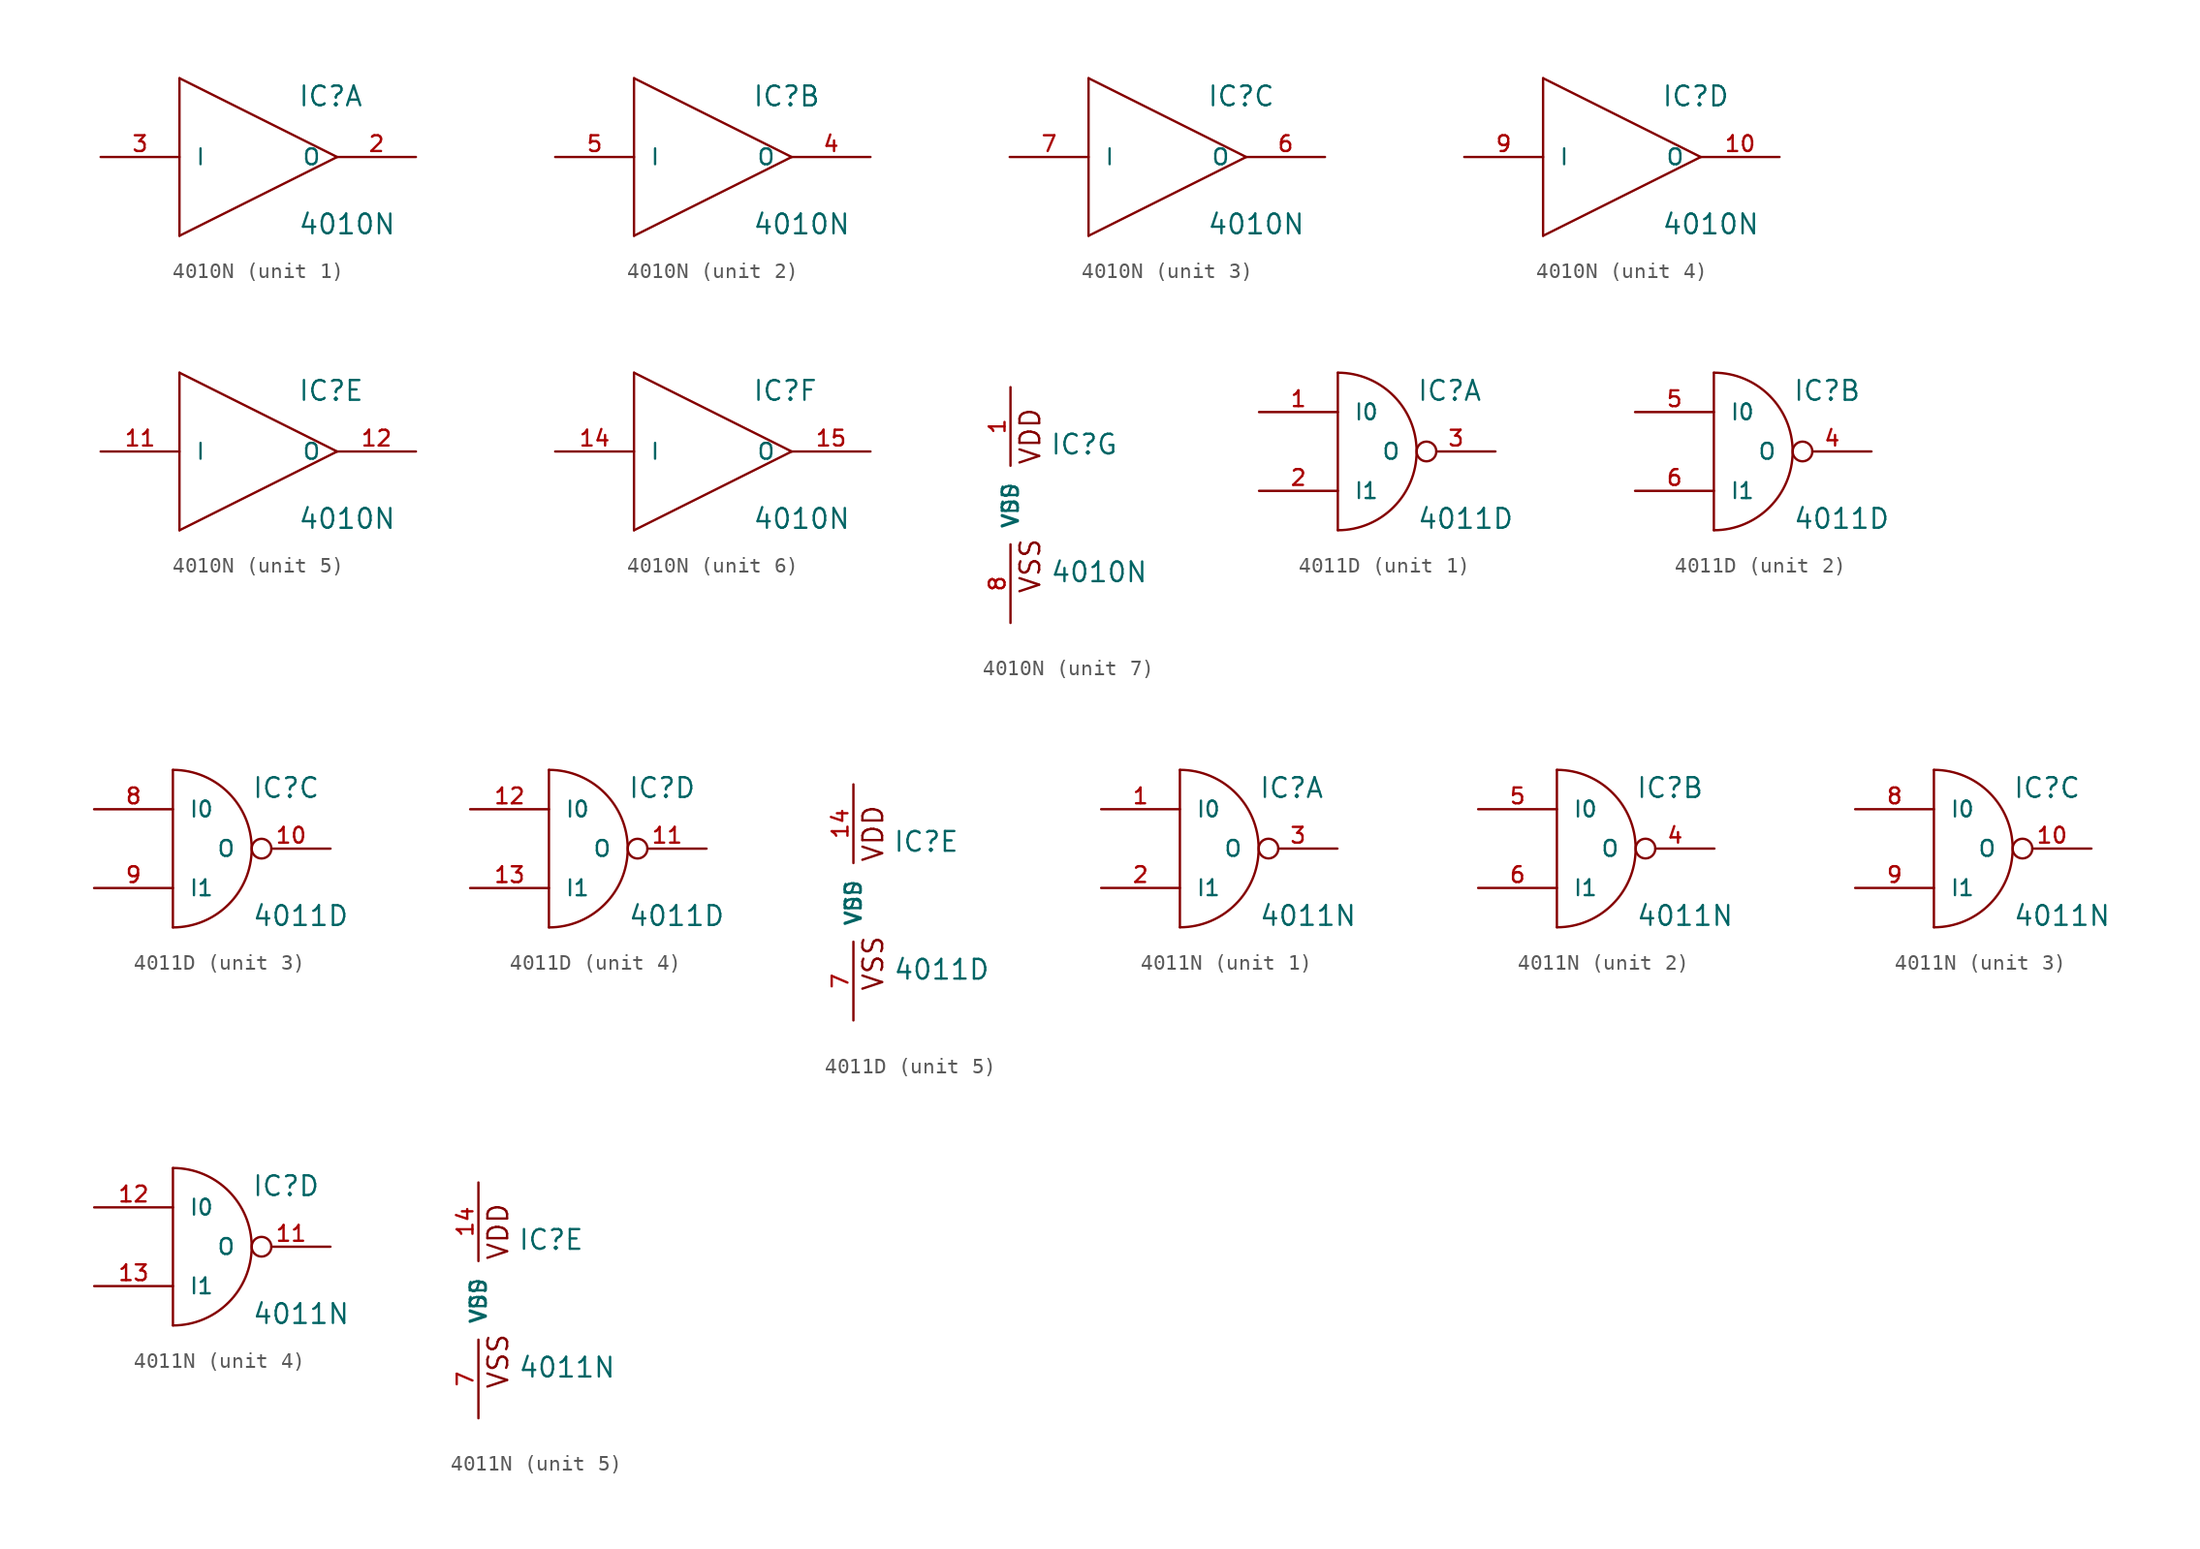
<source format=kicad_sym>
(kicad_symbol_lib
  (version 20211014)
  (generator kicad_symbol_editor)
  (symbol "4010N"
    (pin_names
      (offset 1.016))
    (property "Reference" "IC"
      (at 2.54 3.175 0)
      (effects (font (size 1.27 1.27)) (justify left bottom)))
    (property "Value" "4010N"
      (at 2.54 -5.08 0)
      (effects (font (size 1.27 1.27)) (justify left bottom)))
    (property "ki_locked" ""
      (at 0 0 0)
      (effects (font (size 1.27 1.27))))
    (symbol "4010N_1_0"
      (polyline (pts (xy -5.08 -5.08) (xy 5.08 0)) (stroke (width 0) (type default) (color 0 0 0 0)) (fill (type none)))
      (polyline (pts (xy -5.08 5.08) (xy -5.08 -5.08)) (stroke (width 0) (type default) (color 0 0 0 0)) (fill (type none)))
      (polyline (pts (xy 5.08 0) (xy -5.08 5.08)) (stroke (width 0) (type default) (color 0 0 0 0)) (fill (type none))))
    (symbol "4010N_1_1"
      (pin output line (at 10.16 0 180) (length 5.08) (name "O" (effects (font (size 1.016 1.016)))) (number "2" (effects (font (size 1.016 1.016)))))
      (pin input line (at -10.16 0 0) (length 5.08) (name "I" (effects (font (size 1.016 1.016)))) (number "3" (effects (font (size 1.016 1.016))))))
    (symbol "4010N_2_0"
      (polyline (pts (xy -5.08 -5.08) (xy 5.08 0)) (stroke (width 0) (type default) (color 0 0 0 0)) (fill (type none)))
      (polyline (pts (xy -5.08 5.08) (xy -5.08 -5.08)) (stroke (width 0) (type default) (color 0 0 0 0)) (fill (type none)))
      (polyline (pts (xy 5.08 0) (xy -5.08 5.08)) (stroke (width 0) (type default) (color 0 0 0 0)) (fill (type none))))
    (symbol "4010N_2_1"
      (pin output line (at 10.16 0 180) (length 5.08) (name "O" (effects (font (size 1.016 1.016)))) (number "4" (effects (font (size 1.016 1.016)))))
      (pin input line (at -10.16 0 0) (length 5.08) (name "I" (effects (font (size 1.016 1.016)))) (number "5" (effects (font (size 1.016 1.016))))))
    (symbol "4010N_3_0"
      (polyline (pts (xy -5.08 -5.08) (xy 5.08 0)) (stroke (width 0) (type default) (color 0 0 0 0)) (fill (type none)))
      (polyline (pts (xy -5.08 5.08) (xy -5.08 -5.08)) (stroke (width 0) (type default) (color 0 0 0 0)) (fill (type none)))
      (polyline (pts (xy 5.08 0) (xy -5.08 5.08)) (stroke (width 0) (type default) (color 0 0 0 0)) (fill (type none))))
    (symbol "4010N_3_1"
      (pin output line (at 10.16 0 180) (length 5.08) (name "O" (effects (font (size 1.016 1.016)))) (number "6" (effects (font (size 1.016 1.016)))))
      (pin input line (at -10.16 0 0) (length 5.08) (name "I" (effects (font (size 1.016 1.016)))) (number "7" (effects (font (size 1.016 1.016))))))
    (symbol "4010N_4_0"
      (polyline (pts (xy -5.08 -5.08) (xy 5.08 0)) (stroke (width 0) (type default) (color 0 0 0 0)) (fill (type none)))
      (polyline (pts (xy -5.08 5.08) (xy -5.08 -5.08)) (stroke (width 0) (type default) (color 0 0 0 0)) (fill (type none)))
      (polyline (pts (xy 5.08 0) (xy -5.08 5.08)) (stroke (width 0) (type default) (color 0 0 0 0)) (fill (type none))))
    (symbol "4010N_4_1"
      (pin output line (at 10.16 0 180) (length 5.08) (name "O" (effects (font (size 1.016 1.016)))) (number "10" (effects (font (size 1.016 1.016)))))
      (pin input line (at -10.16 0 0) (length 5.08) (name "I" (effects (font (size 1.016 1.016)))) (number "9" (effects (font (size 1.016 1.016))))))
    (symbol "4010N_5_0"
      (polyline (pts (xy -5.08 -5.08) (xy 5.08 0)) (stroke (width 0) (type default) (color 0 0 0 0)) (fill (type none)))
      (polyline (pts (xy -5.08 5.08) (xy -5.08 -5.08)) (stroke (width 0) (type default) (color 0 0 0 0)) (fill (type none)))
      (polyline (pts (xy 5.08 0) (xy -5.08 5.08)) (stroke (width 0) (type default) (color 0 0 0 0)) (fill (type none))))
    (symbol "4010N_5_1"
      (pin input line (at -10.16 0 0) (length 5.08) (name "I" (effects (font (size 1.016 1.016)))) (number "11" (effects (font (size 1.016 1.016)))))
      (pin output line (at 10.16 0 180) (length 5.08) (name "O" (effects (font (size 1.016 1.016)))) (number "12" (effects (font (size 1.016 1.016))))))
    (symbol "4010N_6_0"
      (polyline (pts (xy -5.08 -5.08) (xy 5.08 0)) (stroke (width 0) (type default) (color 0 0 0 0)) (fill (type none)))
      (polyline (pts (xy -5.08 5.08) (xy -5.08 -5.08)) (stroke (width 0) (type default) (color 0 0 0 0)) (fill (type none)))
      (polyline (pts (xy 5.08 0) (xy -5.08 5.08)) (stroke (width 0) (type default) (color 0 0 0 0)) (fill (type none))))
    (symbol "4010N_6_1"
      (pin input line (at -10.16 0 0) (length 5.08) (name "I" (effects (font (size 1.016 1.016)))) (number "14" (effects (font (size 1.016 1.016)))))
      (pin output line (at 10.16 0 180) (length 5.08) (name "O" (effects (font (size 1.016 1.016)))) (number "15" (effects (font (size 1.016 1.016))))))
    (symbol "4010N_7_0"
      (text "VDD" (at 1.27 4.445 1) (effects (font (size 1.27 1.27))))
      (text "VSS" (at 1.27 -3.937 1) (effects (font (size 1.27 1.27)))))
    (symbol "4010N_7_1"
      (pin power_in line (at 0 7.62 270) (length 5.08) (name "VDD" (effects (font (size 1.016 1.016)))) (number "1" (effects (font (size 1.016 1.016)))))
      (pin power_in line (at 0 -7.62 90) (length 5.08) (name "VSS" (effects (font (size 1.016 1.016)))) (number "8" (effects (font (size 1.016 1.016)))))))
  (symbol "4011D"
    (pin_names
      (offset 1.016))
    (property "Reference" "IC"
      (at 2.54 3.175 0)
      (effects (font (size 1.27 1.27)) (justify left bottom)))
    (property "Value" "4011D"
      (at 2.54 -5.08 0)
      (effects (font (size 1.27 1.27)) (justify left bottom)))
    (property "ki_locked" ""
      (at 0 0 0)
      (effects (font (size 1.27 1.27))))
    (symbol "4011D_1_0"
      (polyline (pts (xy -2.54 5.08) (xy -2.54 -5.08)) (stroke (width 0) (type default) (color 0 0 0 0)) (fill (type none))))
    (symbol "4011D_1_1"
      (arc (start -2.54 -5.08) (mid 2.54 0) (end -2.54 5.08) (stroke (width 0) (type default) (color 0 0 0 0)) (fill (type none)))
      (pin input line (at -7.62 2.54 0) (length 5.08) (name "I0" (effects (font (size 1.016 1.016)))) (number "1" (effects (font (size 1.016 1.016)))))
      (pin input line (at -7.62 -2.54 0) (length 5.08) (name "I1" (effects (font (size 1.016 1.016)))) (number "2" (effects (font (size 1.016 1.016)))))
      (pin output inverted (at 7.62 0 180) (length 5.08) (name "O" (effects (font (size 1.016 1.016)))) (number "3" (effects (font (size 1.016 1.016))))))
    (symbol "4011D_2_0"
      (polyline (pts (xy -2.54 5.08) (xy -2.54 -5.08)) (stroke (width 0) (type default) (color 0 0 0 0)) (fill (type none))))
    (symbol "4011D_2_1"
      (arc (start -2.54 -5.08) (mid 2.54 0) (end -2.54 5.08) (stroke (width 0) (type default) (color 0 0 0 0)) (fill (type none)))
      (pin output inverted (at 7.62 0 180) (length 5.08) (name "O" (effects (font (size 1.016 1.016)))) (number "4" (effects (font (size 1.016 1.016)))))
      (pin input line (at -7.62 2.54 0) (length 5.08) (name "I0" (effects (font (size 1.016 1.016)))) (number "5" (effects (font (size 1.016 1.016)))))
      (pin input line (at -7.62 -2.54 0) (length 5.08) (name "I1" (effects (font (size 1.016 1.016)))) (number "6" (effects (font (size 1.016 1.016))))))
    (symbol "4011D_3_0"
      (polyline (pts (xy -2.54 5.08) (xy -2.54 -5.08)) (stroke (width 0) (type default) (color 0 0 0 0)) (fill (type none))))
    (symbol "4011D_3_1"
      (arc (start -2.54 -5.08) (mid 2.54 0) (end -2.54 5.08) (stroke (width 0) (type default) (color 0 0 0 0)) (fill (type none)))
      (pin output inverted (at 7.62 0 180) (length 5.08) (name "O" (effects (font (size 1.016 1.016)))) (number "10" (effects (font (size 1.016 1.016)))))
      (pin input line (at -7.62 2.54 0) (length 5.08) (name "I0" (effects (font (size 1.016 1.016)))) (number "8" (effects (font (size 1.016 1.016)))))
      (pin input line (at -7.62 -2.54 0) (length 5.08) (name "I1" (effects (font (size 1.016 1.016)))) (number "9" (effects (font (size 1.016 1.016))))))
    (symbol "4011D_4_0"
      (polyline (pts (xy -2.54 5.08) (xy -2.54 -5.08)) (stroke (width 0) (type default) (color 0 0 0 0)) (fill (type none))))
    (symbol "4011D_4_1"
      (arc (start -2.54 -5.08) (mid 2.54 0) (end -2.54 5.08) (stroke (width 0) (type default) (color 0 0 0 0)) (fill (type none)))
      (pin output inverted (at 7.62 0 180) (length 5.08) (name "O" (effects (font (size 1.016 1.016)))) (number "11" (effects (font (size 1.016 1.016)))))
      (pin input line (at -7.62 2.54 0) (length 5.08) (name "I0" (effects (font (size 1.016 1.016)))) (number "12" (effects (font (size 1.016 1.016)))))
      (pin input line (at -7.62 -2.54 0) (length 5.08) (name "I1" (effects (font (size 1.016 1.016)))) (number "13" (effects (font (size 1.016 1.016))))))
    (symbol "4011D_5_0"
      (text "VDD" (at 1.27 4.445 1) (effects (font (size 1.27 1.27))))
      (text "VSS" (at 1.27 -3.937 1) (effects (font (size 1.27 1.27)))))
    (symbol "4011D_5_1"
      (pin power_in line (at 0 7.62 270) (length 5.08) (name "VDD" (effects (font (size 1.016 1.016)))) (number "14" (effects (font (size 1.016 1.016)))))
      (pin power_in line (at 0 -7.62 90) (length 5.08) (name "VSS" (effects (font (size 1.016 1.016)))) (number "7" (effects (font (size 1.016 1.016)))))))
  (symbol "4011N"
    (pin_names
      (offset 1.016))
    (property "Reference" "IC"
      (at 2.54 3.175 0)
      (effects (font (size 1.27 1.27)) (justify left bottom)))
    (property "Value" "4011N"
      (at 2.54 -5.08 0)
      (effects (font (size 1.27 1.27)) (justify left bottom)))
    (property "ki_locked" ""
      (at 0 0 0)
      (effects (font (size 1.27 1.27))))
    (symbol "4011N_1_0"
      (polyline (pts (xy -2.54 5.08) (xy -2.54 -5.08)) (stroke (width 0) (type default) (color 0 0 0 0)) (fill (type none))))
    (symbol "4011N_1_1"
      (arc (start -2.54 -5.08) (mid 2.54 0) (end -2.54 5.08) (stroke (width 0) (type default) (color 0 0 0 0)) (fill (type none)))
      (pin input line (at -7.62 2.54 0) (length 5.08) (name "I0" (effects (font (size 1.016 1.016)))) (number "1" (effects (font (size 1.016 1.016)))))
      (pin input line (at -7.62 -2.54 0) (length 5.08) (name "I1" (effects (font (size 1.016 1.016)))) (number "2" (effects (font (size 1.016 1.016)))))
      (pin output inverted (at 7.62 0 180) (length 5.08) (name "O" (effects (font (size 1.016 1.016)))) (number "3" (effects (font (size 1.016 1.016))))))
    (symbol "4011N_2_0"
      (polyline (pts (xy -2.54 5.08) (xy -2.54 -5.08)) (stroke (width 0) (type default) (color 0 0 0 0)) (fill (type none))))
    (symbol "4011N_2_1"
      (arc (start -2.54 -5.08) (mid 2.54 0) (end -2.54 5.08) (stroke (width 0) (type default) (color 0 0 0 0)) (fill (type none)))
      (pin output inverted (at 7.62 0 180) (length 5.08) (name "O" (effects (font (size 1.016 1.016)))) (number "4" (effects (font (size 1.016 1.016)))))
      (pin input line (at -7.62 2.54 0) (length 5.08) (name "I0" (effects (font (size 1.016 1.016)))) (number "5" (effects (font (size 1.016 1.016)))))
      (pin input line (at -7.62 -2.54 0) (length 5.08) (name "I1" (effects (font (size 1.016 1.016)))) (number "6" (effects (font (size 1.016 1.016))))))
    (symbol "4011N_3_0"
      (polyline (pts (xy -2.54 5.08) (xy -2.54 -5.08)) (stroke (width 0) (type default) (color 0 0 0 0)) (fill (type none))))
    (symbol "4011N_3_1"
      (arc (start -2.54 -5.08) (mid 2.54 0) (end -2.54 5.08) (stroke (width 0) (type default) (color 0 0 0 0)) (fill (type none)))
      (pin output inverted (at 7.62 0 180) (length 5.08) (name "O" (effects (font (size 1.016 1.016)))) (number "10" (effects (font (size 1.016 1.016)))))
      (pin input line (at -7.62 2.54 0) (length 5.08) (name "I0" (effects (font (size 1.016 1.016)))) (number "8" (effects (font (size 1.016 1.016)))))
      (pin input line (at -7.62 -2.54 0) (length 5.08) (name "I1" (effects (font (size 1.016 1.016)))) (number "9" (effects (font (size 1.016 1.016))))))
    (symbol "4011N_4_0"
      (polyline (pts (xy -2.54 5.08) (xy -2.54 -5.08)) (stroke (width 0) (type default) (color 0 0 0 0)) (fill (type none))))
    (symbol "4011N_4_1"
      (arc (start -2.54 -5.08) (mid 2.54 0) (end -2.54 5.08) (stroke (width 0) (type default) (color 0 0 0 0)) (fill (type none)))
      (pin output inverted (at 7.62 0 180) (length 5.08) (name "O" (effects (font (size 1.016 1.016)))) (number "11" (effects (font (size 1.016 1.016)))))
      (pin input line (at -7.62 2.54 0) (length 5.08) (name "I0" (effects (font (size 1.016 1.016)))) (number "12" (effects (font (size 1.016 1.016)))))
      (pin input line (at -7.62 -2.54 0) (length 5.08) (name "I1" (effects (font (size 1.016 1.016)))) (number "13" (effects (font (size 1.016 1.016))))))
    (symbol "4011N_5_0"
      (text "VDD" (at 1.27 4.445 1) (effects (font (size 1.27 1.27))))
      (text "VSS" (at 1.27 -3.937 1) (effects (font (size 1.27 1.27)))))
    (symbol "4011N_5_1"
      (pin power_in line (at 0 7.62 270) (length 5.08) (name "VDD" (effects (font (size 1.016 1.016)))) (number "14" (effects (font (size 1.016 1.016)))))
      (pin power_in line (at 0 -7.62 90) (length 5.08) (name "VSS" (effects (font (size 1.016 1.016)))) (number "7" (effects (font (size 1.016 1.016))))))))
</source>
